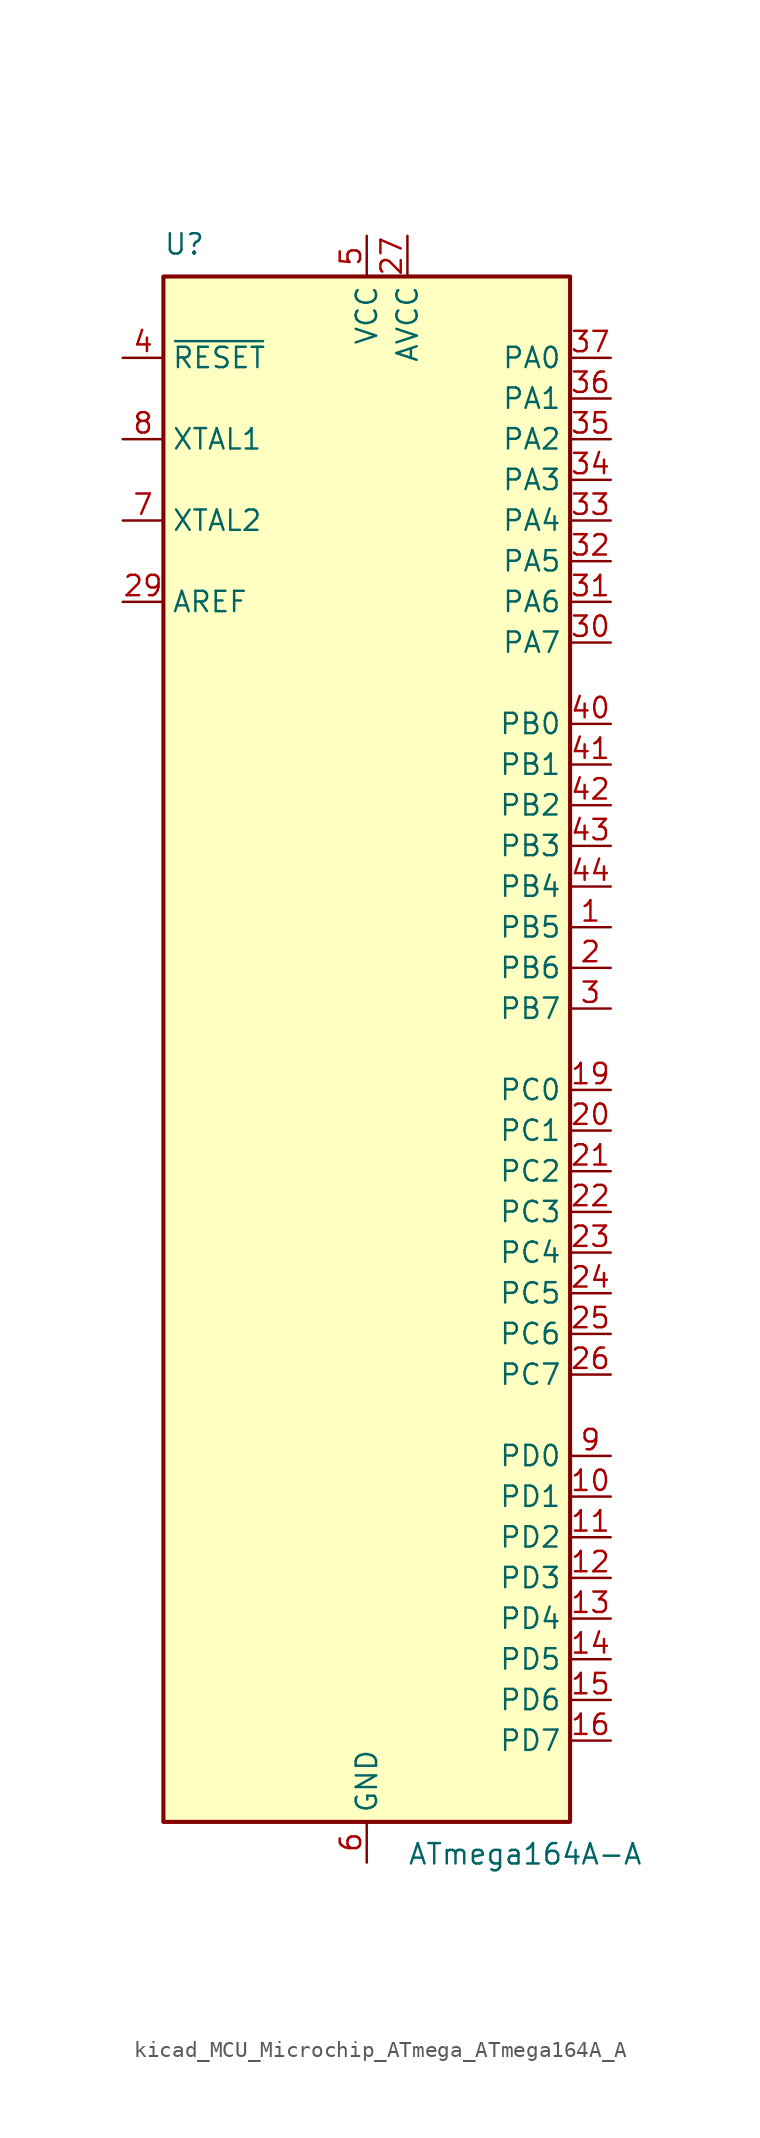
<source format=kicad_sym>
(kicad_symbol_lib
  (version 20220914)
  (generator kicad_symbol_editor)
  (symbol "kicad_MCU_Microchip_ATmega_ATmega164A_A"
    (property "Reference" "U"
      (at -12.7 49.53 0)
      (effects (font (size 1.27 1.27)) (justify left bottom)))
    (property "Value" "ATmega164A-A"
      (at 2.54 -49.53 0)
      (effects (font (size 1.27 1.27)) (justify left top)))
    (symbol "kicad_MCU_Microchip_ATmega_ATmega164A_A_0_1"
      (rectangle (start -12.7 -48.26) (end 12.7 48.26) (stroke (width 0.254) (type default)) (fill (type background))))
    (symbol "kicad_MCU_Microchip_ATmega_ATmega164A_A_1_1"
      (pin bidirectional line (at 15.24 7.62 180) (length 2.54) (name "PB5" (effects (font (size 1.27 1.27)))) (number "1" (effects (font (size 1.27 1.27)))))
      (pin bidirectional line (at 15.24 -27.94 180) (length 2.54) (name "PD1" (effects (font (size 1.27 1.27)))) (number "10" (effects (font (size 1.27 1.27)))))
      (pin bidirectional line (at 15.24 -30.48 180) (length 2.54) (name "PD2" (effects (font (size 1.27 1.27)))) (number "11" (effects (font (size 1.27 1.27)))))
      (pin bidirectional line (at 15.24 -33.02 180) (length 2.54) (name "PD3" (effects (font (size 1.27 1.27)))) (number "12" (effects (font (size 1.27 1.27)))))
      (pin bidirectional line (at 15.24 -35.56 180) (length 2.54) (name "PD4" (effects (font (size 1.27 1.27)))) (number "13" (effects (font (size 1.27 1.27)))))
      (pin bidirectional line (at 15.24 -38.1 180) (length 2.54) (name "PD5" (effects (font (size 1.27 1.27)))) (number "14" (effects (font (size 1.27 1.27)))))
      (pin bidirectional line (at 15.24 -40.64 180) (length 2.54) (name "PD6" (effects (font (size 1.27 1.27)))) (number "15" (effects (font (size 1.27 1.27)))))
      (pin bidirectional line (at 15.24 -43.18 180) (length 2.54) (name "PD7" (effects (font (size 1.27 1.27)))) (number "16" (effects (font (size 1.27 1.27)))))
      (pin passive line (at 0 50.8 270) (length 2.54) hide (name "VCC" (effects (font (size 1.27 1.27)))) (number "17" (effects (font (size 1.27 1.27)))))
      (pin passive line (at 0 -50.8 90) (length 2.54) hide (name "GND" (effects (font (size 1.27 1.27)))) (number "18" (effects (font (size 1.27 1.27)))))
      (pin bidirectional line (at 15.24 -2.54 180) (length 2.54) (name "PC0" (effects (font (size 1.27 1.27)))) (number "19" (effects (font (size 1.27 1.27)))))
      (pin bidirectional line (at 15.24 5.08 180) (length 2.54) (name "PB6" (effects (font (size 1.27 1.27)))) (number "2" (effects (font (size 1.27 1.27)))))
      (pin bidirectional line (at 15.24 -5.08 180) (length 2.54) (name "PC1" (effects (font (size 1.27 1.27)))) (number "20" (effects (font (size 1.27 1.27)))))
      (pin bidirectional line (at 15.24 -7.62 180) (length 2.54) (name "PC2" (effects (font (size 1.27 1.27)))) (number "21" (effects (font (size 1.27 1.27)))))
      (pin bidirectional line (at 15.24 -10.16 180) (length 2.54) (name "PC3" (effects (font (size 1.27 1.27)))) (number "22" (effects (font (size 1.27 1.27)))))
      (pin bidirectional line (at 15.24 -12.7 180) (length 2.54) (name "PC4" (effects (font (size 1.27 1.27)))) (number "23" (effects (font (size 1.27 1.27)))))
      (pin bidirectional line (at 15.24 -15.24 180) (length 2.54) (name "PC5" (effects (font (size 1.27 1.27)))) (number "24" (effects (font (size 1.27 1.27)))))
      (pin bidirectional line (at 15.24 -17.78 180) (length 2.54) (name "PC6" (effects (font (size 1.27 1.27)))) (number "25" (effects (font (size 1.27 1.27)))))
      (pin bidirectional line (at 15.24 -20.32 180) (length 2.54) (name "PC7" (effects (font (size 1.27 1.27)))) (number "26" (effects (font (size 1.27 1.27)))))
      (pin power_in line (at 2.54 50.8 270) (length 2.54) (name "AVCC" (effects (font (size 1.27 1.27)))) (number "27" (effects (font (size 1.27 1.27)))))
      (pin passive line (at 0 -50.8 90) (length 2.54) hide (name "GND" (effects (font (size 1.27 1.27)))) (number "28" (effects (font (size 1.27 1.27)))))
      (pin passive line (at -15.24 27.94 0) (length 2.54) (name "AREF" (effects (font (size 1.27 1.27)))) (number "29" (effects (font (size 1.27 1.27)))))
      (pin bidirectional line (at 15.24 2.54 180) (length 2.54) (name "PB7" (effects (font (size 1.27 1.27)))) (number "3" (effects (font (size 1.27 1.27)))))
      (pin bidirectional line (at 15.24 25.4 180) (length 2.54) (name "PA7" (effects (font (size 1.27 1.27)))) (number "30" (effects (font (size 1.27 1.27)))))
      (pin bidirectional line (at 15.24 27.94 180) (length 2.54) (name "PA6" (effects (font (size 1.27 1.27)))) (number "31" (effects (font (size 1.27 1.27)))))
      (pin bidirectional line (at 15.24 30.48 180) (length 2.54) (name "PA5" (effects (font (size 1.27 1.27)))) (number "32" (effects (font (size 1.27 1.27)))))
      (pin bidirectional line (at 15.24 33.02 180) (length 2.54) (name "PA4" (effects (font (size 1.27 1.27)))) (number "33" (effects (font (size 1.27 1.27)))))
      (pin bidirectional line (at 15.24 35.56 180) (length 2.54) (name "PA3" (effects (font (size 1.27 1.27)))) (number "34" (effects (font (size 1.27 1.27)))))
      (pin bidirectional line (at 15.24 38.1 180) (length 2.54) (name "PA2" (effects (font (size 1.27 1.27)))) (number "35" (effects (font (size 1.27 1.27)))))
      (pin bidirectional line (at 15.24 40.64 180) (length 2.54) (name "PA1" (effects (font (size 1.27 1.27)))) (number "36" (effects (font (size 1.27 1.27)))))
      (pin bidirectional line (at 15.24 43.18 180) (length 2.54) (name "PA0" (effects (font (size 1.27 1.27)))) (number "37" (effects (font (size 1.27 1.27)))))
      (pin passive line (at 0 50.8 270) (length 2.54) hide (name "VCC" (effects (font (size 1.27 1.27)))) (number "38" (effects (font (size 1.27 1.27)))))
      (pin passive line (at 0 -50.8 90) (length 2.54) hide (name "GND" (effects (font (size 1.27 1.27)))) (number "39" (effects (font (size 1.27 1.27)))))
      (pin input line (at -15.24 43.18 0) (length 2.54) (name "~{RESET}" (effects (font (size 1.27 1.27)))) (number "4" (effects (font (size 1.27 1.27)))))
      (pin bidirectional line (at 15.24 20.32 180) (length 2.54) (name "PB0" (effects (font (size 1.27 1.27)))) (number "40" (effects (font (size 1.27 1.27)))))
      (pin bidirectional line (at 15.24 17.78 180) (length 2.54) (name "PB1" (effects (font (size 1.27 1.27)))) (number "41" (effects (font (size 1.27 1.27)))))
      (pin bidirectional line (at 15.24 15.24 180) (length 2.54) (name "PB2" (effects (font (size 1.27 1.27)))) (number "42" (effects (font (size 1.27 1.27)))))
      (pin bidirectional line (at 15.24 12.7 180) (length 2.54) (name "PB3" (effects (font (size 1.27 1.27)))) (number "43" (effects (font (size 1.27 1.27)))))
      (pin bidirectional line (at 15.24 10.16 180) (length 2.54) (name "PB4" (effects (font (size 1.27 1.27)))) (number "44" (effects (font (size 1.27 1.27)))))
      (pin power_in line (at 0 50.8 270) (length 2.54) (name "VCC" (effects (font (size 1.27 1.27)))) (number "5" (effects (font (size 1.27 1.27)))))
      (pin power_in line (at 0 -50.8 90) (length 2.54) (name "GND" (effects (font (size 1.27 1.27)))) (number "6" (effects (font (size 1.27 1.27)))))
      (pin output line (at -15.24 33.02 0) (length 2.54) (name "XTAL2" (effects (font (size 1.27 1.27)))) (number "7" (effects (font (size 1.27 1.27)))))
      (pin input line (at -15.24 38.1 0) (length 2.54) (name "XTAL1" (effects (font (size 1.27 1.27)))) (number "8" (effects (font (size 1.27 1.27)))))
      (pin bidirectional line (at 15.24 -25.4 180) (length 2.54) (name "PD0" (effects (font (size 1.27 1.27)))) (number "9" (effects (font (size 1.27 1.27))))))))
</source>
